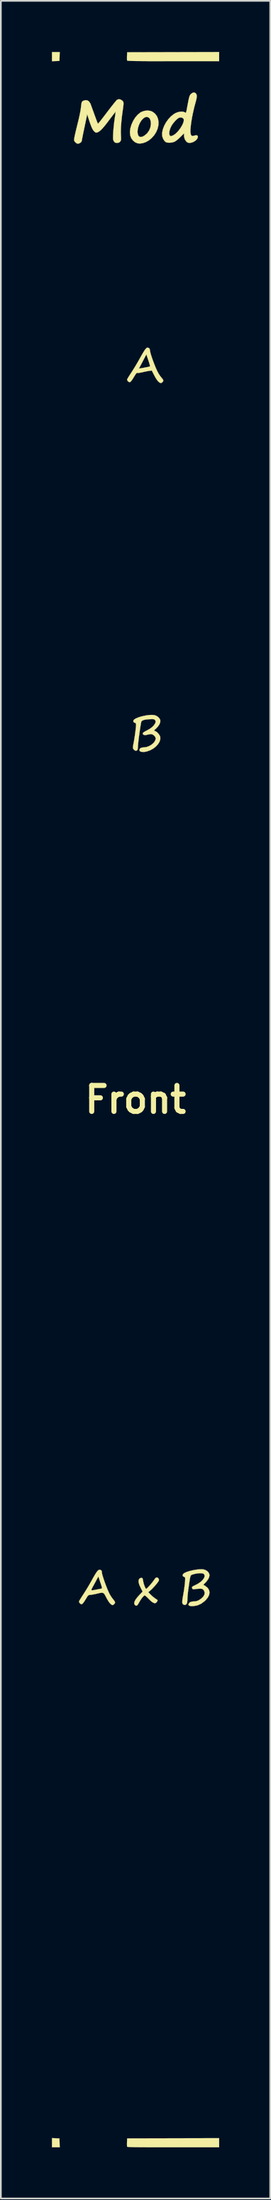
<source format=kicad_pcb>
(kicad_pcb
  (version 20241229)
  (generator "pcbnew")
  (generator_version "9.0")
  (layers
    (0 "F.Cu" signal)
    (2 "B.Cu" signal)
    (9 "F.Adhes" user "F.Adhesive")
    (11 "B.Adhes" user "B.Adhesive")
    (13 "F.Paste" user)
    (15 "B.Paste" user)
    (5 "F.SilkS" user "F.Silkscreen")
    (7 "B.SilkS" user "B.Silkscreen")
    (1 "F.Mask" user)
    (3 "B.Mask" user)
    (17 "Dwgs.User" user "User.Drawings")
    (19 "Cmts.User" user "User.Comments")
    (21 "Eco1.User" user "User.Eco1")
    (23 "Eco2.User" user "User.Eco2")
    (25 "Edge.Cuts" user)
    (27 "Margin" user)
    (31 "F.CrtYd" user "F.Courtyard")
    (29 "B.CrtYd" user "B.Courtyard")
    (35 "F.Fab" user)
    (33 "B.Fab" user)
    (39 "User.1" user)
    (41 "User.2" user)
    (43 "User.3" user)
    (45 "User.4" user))
  (footprint "Front"
    (layer "F.Cu")
    (at 4.916 61.53)
    (property "Reference" "Front" (at 0 0 0) (layer "F.SilkS") (effects (font (size 1.524 1.524) (thickness 0.3))))
    (attr through_hole)
    (fp_poly (pts (xy -4.473 61.002) (xy -4.465 61.263) (xy -4.457 61.524) (xy -4.911 61.524) (xy -4.911 60.986) (xy -4.473 61.002)) (stroke (width 0.01) (type solid)) (fill yes) (layer "F.SilkS"))
    (fp_poly (pts (xy -4.465 -61.263) (xy -4.473 -61.002) (xy -4.911 -60.986) (xy -4.911 -61.524) (xy -4.457 -61.524) (xy -4.465 -61.263)) (stroke (width 0.01) (type solid)) (fill yes) (layer "F.SilkS"))
    (fp_poly (pts (xy 4.911 -60.988) (xy 2.215 -60.988) (xy 1.753 -60.988) (xy 1.345 -60.989) (xy 0.987 -60.989) (xy 0.677 -60.99) (xy 0.411 -60.992) (xy 0.186 -60.994) (xy -0.001 -60.996) (xy -0.153 -60.999) (xy -0.272 -61.002) (xy -0.363 -61.006) (xy -0.427 -61.01) (xy -0.469 -61.016) (xy -0.491 -61.022) (xy -0.496 -61.026) (xy -0.502 -61.071) (xy -0.504 -61.155) (xy -0.503 -61.263) (xy -0.502 -61.287) (xy -0.494 -61.51) (xy 4.911 -61.525) (xy 4.911 -60.988)) (stroke (width 0.01) (type solid)) (fill yes) (layer "F.SilkS"))
    (fp_poly (pts (xy 4.911 61.524) (xy 2.215 61.524) (xy 1.753 61.524) (xy 1.345 61.524) (xy 0.987 61.523) (xy 0.677 61.522) (xy 0.411 61.521) (xy 0.186 61.519) (xy -0.001 61.517) (xy -0.153 61.514) (xy -0.272 61.511) (xy -0.363 61.507) (xy -0.427 61.502) (xy -0.469 61.497) (xy -0.491 61.491) (xy -0.496 61.487) (xy -0.502 61.442) (xy -0.504 61.357) (xy -0.503 61.249) (xy -0.502 61.226) (xy -0.494 61.002) (xy 2.208 60.995) (xy 4.911 60.988) (xy 4.911 61.524)) (stroke (width 0.01) (type solid)) (fill yes) (layer "F.SilkS"))
    (fp_poly (pts (xy 0.878 -58.067) (xy 0.992 -58.021) (xy 1.143 -57.908) (xy 1.253 -57.765) (xy 1.322 -57.597) (xy 1.352 -57.412) (xy 1.342 -57.216) (xy 1.295 -57.017) (xy 1.211 -56.819) (xy 1.09 -56.631) (xy 0.934 -56.459) (xy 0.769 -56.327) (xy 0.608 -56.237) (xy 0.435 -56.176) (xy 0.268 -56.15) (xy 0.127 -56.161) (xy -0.027 -56.225) (xy -0.158 -56.334) (xy -0.258 -56.478) (xy -0.314 -56.633) (xy -0.331 -56.827) (xy -0.325 -56.879) (xy 0.117 -56.879) (xy 0.119 -56.784) (xy 0.148 -56.651) (xy 0.204 -56.567) (xy 0.286 -56.533) (xy 0.392 -56.549) (xy 0.51 -56.609) (xy 0.673 -56.744) (xy 0.797 -56.914) (xy 0.875 -57.108) (xy 0.902 -57.314) (xy 0.887 -57.481) (xy 0.842 -57.605) (xy 0.767 -57.683) (xy 0.665 -57.714) (xy 0.65 -57.714) (xy 0.546 -57.688) (xy 0.442 -57.615) (xy 0.344 -57.504) (xy 0.257 -57.366) (xy 0.187 -57.209) (xy 0.138 -57.044) (xy 0.117 -56.879) (xy -0.325 -56.879) (xy -0.306 -57.038) (xy -0.243 -57.256) (xy -0.148 -57.469) (xy -0.027 -57.666) (xy 0.115 -57.835) (xy 0.272 -57.966) (xy 0.351 -58.011) (xy 0.525 -58.071) (xy 0.706 -58.09) (xy 0.878 -58.067)) (stroke (width 0.01) (type solid)) (fill yes) (layer "F.SilkS"))
    (fp_poly (pts (xy 1.334 28.103) (xy 1.34 28.108) (xy 1.376 28.184) (xy 1.372 28.235) (xy 1.343 28.291) (xy 1.283 28.376) (xy 1.201 28.478) (xy 1.106 28.588) (xy 1.007 28.694) (xy 0.913 28.786) (xy 0.868 28.825) (xy 0.748 28.925) (xy 0.889 29.069) (xy 0.984 29.158) (xy 1.089 29.245) (xy 1.164 29.299) (xy 1.237 29.347) (xy 1.286 29.383) (xy 1.298 29.395) (xy 1.278 29.456) (xy 1.232 29.52) (xy 1.18 29.562) (xy 1.169 29.566) (xy 1.099 29.566) (xy 1.017 29.531) (xy 0.917 29.457) (xy 0.795 29.34) (xy 0.754 29.297) (xy 0.663 29.206) (xy 0.589 29.143) (xy 0.54 29.113) (xy 0.528 29.113) (xy 0.476 29.151) (xy 0.407 29.227) (xy 0.331 29.329) (xy 0.256 29.443) (xy 0.2 29.543) (xy 0.136 29.652) (xy 0.079 29.709) (xy 0.023 29.716) (xy -0.037 29.677) (xy -0.04 29.674) (xy -0.079 29.598) (xy -0.068 29.499) (xy -0.008 29.374) (xy 0.102 29.225) (xy 0.223 29.09) (xy 0.415 28.888) (xy 0.305 28.675) (xy 0.221 28.492) (xy 0.18 28.343) (xy 0.179 28.226) (xy 0.209 28.152) (xy 0.263 28.103) (xy 0.33 28.08) (xy 0.388 28.09) (xy 0.409 28.109) (xy 0.423 28.15) (xy 0.44 28.228) (xy 0.452 28.299) (xy 0.473 28.396) (xy 0.505 28.501) (xy 0.543 28.6) (xy 0.58 28.68) (xy 0.611 28.725) (xy 0.621 28.73) (xy 0.654 28.71) (xy 0.713 28.655) (xy 0.789 28.575) (xy 0.873 28.481) (xy 0.955 28.383) (xy 1.028 28.29) (xy 1.081 28.215) (xy 1.155 28.113) (xy 1.218 28.062) (xy 1.275 28.059) (xy 1.334 28.103)) (stroke (width 0.01) (type solid)) (fill yes) (layer "F.SilkS"))
    (fp_poly (pts (xy 0.728 -44.16) (xy 0.751 -44.153) (xy 0.799 -44.13) (xy 0.827 -44.093) (xy 0.844 -44.025) (xy 0.851 -43.97) (xy 0.871 -43.874) (xy 0.909 -43.739) (xy 0.962 -43.575) (xy 1.026 -43.394) (xy 1.096 -43.207) (xy 1.169 -43.025) (xy 1.24 -42.861) (xy 1.272 -42.792) (xy 1.34 -42.665) (xy 1.42 -42.538) (xy 1.495 -42.435) (xy 1.511 -42.417) (xy 1.588 -42.324) (xy 1.626 -42.257) (xy 1.628 -42.204) (xy 1.597 -42.154) (xy 1.58 -42.136) (xy 1.52 -42.091) (xy 1.462 -42.087) (xy 1.391 -42.126) (xy 1.344 -42.165) (xy 1.286 -42.231) (xy 1.215 -42.334) (xy 1.139 -42.462) (xy 1.1 -42.535) (xy 0.954 -42.82) (xy 0.808 -42.801) (xy 0.71 -42.785) (xy 0.582 -42.76) (xy 0.449 -42.73) (xy 0.427 -42.725) (xy 0.311 -42.699) (xy 0.208 -42.683) (xy 0.136 -42.678) (xy 0.123 -42.68) (xy 0.088 -42.68) (xy 0.055 -42.662) (xy 0.015 -42.616) (xy -0.04 -42.534) (xy -0.087 -42.457) (xy -0.171 -42.321) (xy -0.234 -42.228) (xy -0.282 -42.171) (xy -0.322 -42.143) (xy -0.355 -42.136) (xy -0.413 -42.158) (xy -0.466 -42.21) (xy -0.495 -42.272) (xy -0.494 -42.304) (xy -0.473 -42.345) (xy -0.427 -42.423) (xy -0.36 -42.529) (xy -0.28 -42.652) (xy -0.24 -42.714) (xy -0.141 -42.867) (xy -0.1 -42.934) (xy 0.199 -42.934) (xy 0.516 -42.989) (xy 0.643 -43.013) (xy 0.75 -43.035) (xy 0.823 -43.053) (xy 0.85 -43.063) (xy 0.848 -43.095) (xy 0.83 -43.17) (xy 0.799 -43.276) (xy 0.758 -43.404) (xy 0.751 -43.425) (xy 0.635 -43.768) (xy 0.417 -43.351) (xy 0.199 -42.934) (xy -0.1 -42.934) (xy -0.027 -43.052) (xy 0.09 -43.249) (xy 0.199 -43.439) (xy 0.246 -43.524) (xy 0.332 -43.677) (xy 0.415 -43.82) (xy 0.489 -43.942) (xy 0.549 -44.034) (xy 0.582 -44.078) (xy 0.639 -44.14) (xy 0.681 -44.164) (xy 0.728 -44.16)) (stroke (width 0.01) (type solid)) (fill yes) (layer "F.SilkS"))
    (fp_poly (pts (xy -2.052 27.62) (xy -2.035 27.628) (xy -1.993 27.668) (xy -1.979 27.737) (xy -1.979 27.764) (xy -1.97 27.829) (xy -1.943 27.936) (xy -1.9 28.075) (xy -1.847 28.235) (xy -1.786 28.407) (xy -1.721 28.58) (xy -1.655 28.745) (xy -1.593 28.891) (xy -1.537 29.008) (xy -1.532 29.019) (xy -1.466 29.134) (xy -1.391 29.248) (xy -1.328 29.33) (xy -1.25 29.426) (xy -1.21 29.495) (xy -1.206 29.548) (xy -1.234 29.598) (xy -1.255 29.621) (xy -1.312 29.671) (xy -1.358 29.684) (xy -1.411 29.66) (xy -1.479 29.604) (xy -1.536 29.539) (xy -1.607 29.436) (xy -1.682 29.309) (xy -1.721 29.237) (xy -1.784 29.116) (xy -1.835 29.032) (xy -1.886 28.98) (xy -1.947 28.958) (xy -2.031 28.96) (xy -2.148 28.982) (xy -2.3 29.018) (xy -2.428 29.046) (xy -2.549 29.068) (xy -2.643 29.081) (xy -2.667 29.083) (xy -2.722 29.088) (xy -2.764 29.103) (xy -2.802 29.138) (xy -2.848 29.203) (xy -2.909 29.304) (xy -2.999 29.448) (xy -3.068 29.546) (xy -3.121 29.606) (xy -3.164 29.631) (xy -3.179 29.633) (xy -3.234 29.611) (xy -3.287 29.559) (xy -3.32 29.499) (xy -3.322 29.465) (xy -3.303 29.425) (xy -3.257 29.347) (xy -3.192 29.242) (xy -3.112 29.118) (xy -3.068 29.051) (xy -2.961 28.884) (xy -2.89 28.769) (xy -2.593 28.769) (xy -2.59 28.803) (xy -2.551 28.814) (xy -2.469 28.804) (xy -2.339 28.78) (xy -2.296 28.771) (xy -2.183 28.749) (xy -2.085 28.73) (xy -2.02 28.716) (xy -2.013 28.715) (xy -1.989 28.708) (xy -1.976 28.694) (xy -1.974 28.663) (xy -1.987 28.607) (xy -2.014 28.517) (xy -2.057 28.384) (xy -2.068 28.351) (xy -2.185 28) (xy -2.294 28.203) (xy -2.365 28.336) (xy -2.446 28.484) (xy -2.515 28.61) (xy -2.566 28.706) (xy -2.593 28.769) (xy -2.89 28.769) (xy -2.841 28.69) (xy -2.723 28.491) (xy -2.621 28.311) (xy -2.611 28.293) (xy -2.492 28.079) (xy -2.395 27.911) (xy -2.316 27.784) (xy -2.251 27.695) (xy -2.195 27.638) (xy -2.146 27.609) (xy -2.1 27.605) (xy -2.052 27.62)) (stroke (width 0.01) (type solid)) (fill yes) (layer "F.SilkS"))
    (fp_poly (pts (xy 3.537 -59.103) (xy 3.576 -59.047) (xy 3.596 -58.979) (xy 3.597 -58.891) (xy 3.579 -58.774) (xy 3.54 -58.616) (xy 3.517 -58.532) (xy 3.45 -58.283) (xy 3.39 -58.024) (xy 3.336 -57.766) (xy 3.291 -57.516) (xy 3.257 -57.284) (xy 3.234 -57.079) (xy 3.224 -56.909) (xy 3.228 -56.783) (xy 3.23 -56.77) (xy 3.255 -56.664) (xy 3.298 -56.608) (xy 3.365 -56.595) (xy 3.439 -56.613) (xy 3.553 -56.638) (xy 3.627 -56.625) (xy 3.662 -56.573) (xy 3.664 -56.562) (xy 3.65 -56.476) (xy 3.592 -56.387) (xy 3.502 -56.305) (xy 3.391 -56.24) (xy 3.27 -56.199) (xy 3.189 -56.19) (xy 3.094 -56.198) (xy 3.028 -56.229) (xy 2.985 -56.268) (xy 2.898 -56.39) (xy 2.856 -56.532) (xy 2.85 -56.626) (xy 2.85 -56.748) (xy 2.632 -56.531) (xy 2.529 -56.435) (xy 2.428 -56.349) (xy 2.342 -56.286) (xy 2.3 -56.261) (xy 2.181 -56.221) (xy 2.048 -56.2) (xy 1.918 -56.199) (xy 1.812 -56.219) (xy 1.773 -56.237) (xy 1.688 -56.318) (xy 1.617 -56.436) (xy 1.571 -56.571) (xy 1.565 -56.602) (xy 1.562 -56.752) (xy 1.979 -56.752) (xy 1.992 -56.659) (xy 2.03 -56.601) (xy 2.079 -56.586) (xy 2.128 -56.598) (xy 2.201 -56.628) (xy 2.224 -56.64) (xy 2.335 -56.714) (xy 2.448 -56.82) (xy 2.557 -56.947) (xy 2.657 -57.086) (xy 2.74 -57.228) (xy 2.801 -57.362) (xy 2.834 -57.48) (xy 2.833 -57.572) (xy 2.826 -57.59) (xy 2.769 -57.653) (xy 2.678 -57.681) (xy 2.575 -57.673) (xy 2.503 -57.636) (xy 2.413 -57.562) (xy 2.314 -57.462) (xy 2.218 -57.348) (xy 2.134 -57.23) (xy 2.088 -57.149) (xy 2.027 -57.005) (xy 1.991 -56.87) (xy 1.979 -56.752) (xy 1.562 -56.752) (xy 1.562 -56.782) (xy 1.602 -56.979) (xy 1.679 -57.184) (xy 1.788 -57.387) (xy 1.923 -57.577) (xy 2.077 -57.744) (xy 2.246 -57.879) (xy 2.348 -57.939) (xy 2.494 -57.995) (xy 2.641 -58.024) (xy 2.774 -58.024) (xy 2.88 -57.994) (xy 2.899 -57.982) (xy 2.924 -57.965) (xy 2.943 -57.956) (xy 2.958 -57.964) (xy 2.973 -57.995) (xy 2.989 -58.055) (xy 3.009 -58.152) (xy 3.036 -58.293) (xy 3.062 -58.434) (xy 3.098 -58.626) (xy 3.128 -58.77) (xy 3.154 -58.876) (xy 3.18 -58.952) (xy 3.208 -59.006) (xy 3.241 -59.048) (xy 3.278 -59.082) (xy 3.375 -59.141) (xy 3.464 -59.148) (xy 3.537 -59.103)) (stroke (width 0.01) (type solid)) (fill yes) (layer "F.SilkS"))
    (fp_poly (pts (xy 3.987 27.585) (xy 4.119 27.626) (xy 4.23 27.701) (xy 4.309 27.798) (xy 4.345 27.908) (xy 4.346 27.93) (xy 4.322 28.051) (xy 4.253 28.185) (xy 4.147 28.323) (xy 4.083 28.389) (xy 3.982 28.485) (xy 4.108 28.565) (xy 4.241 28.675) (xy 4.321 28.801) (xy 4.348 28.939) (xy 4.323 29.087) (xy 4.246 29.24) (xy 4.117 29.395) (xy 4.051 29.457) (xy 3.854 29.602) (xy 3.651 29.694) (xy 3.432 29.737) (xy 3.406 29.739) (xy 3.284 29.742) (xy 3.203 29.734) (xy 3.151 29.711) (xy 3.147 29.708) (xy 3.11 29.673) (xy 3.109 29.636) (xy 3.133 29.587) (xy 3.181 29.527) (xy 3.252 29.49) (xy 3.359 29.471) (xy 3.452 29.467) (xy 3.581 29.45) (xy 3.705 29.402) (xy 3.84 29.314) (xy 3.874 29.288) (xy 3.986 29.176) (xy 4.049 29.059) (xy 4.062 28.942) (xy 4.023 28.832) (xy 3.996 28.795) (xy 3.948 28.748) (xy 3.895 28.725) (xy 3.815 28.719) (xy 3.777 28.719) (xy 3.658 28.725) (xy 3.536 28.738) (xy 3.495 28.744) (xy 3.413 28.754) (xy 3.367 28.747) (xy 3.339 28.718) (xy 3.332 28.705) (xy 3.313 28.659) (xy 3.32 28.621) (xy 3.359 28.585) (xy 3.438 28.542) (xy 3.52 28.504) (xy 3.685 28.416) (xy 3.825 28.318) (xy 3.936 28.214) (xy 4.015 28.11) (xy 4.056 28.012) (xy 4.057 27.926) (xy 4.014 27.857) (xy 3.979 27.833) (xy 3.9 27.813) (xy 3.784 27.809) (xy 3.645 27.819) (xy 3.501 27.844) (xy 3.381 27.877) (xy 3.332 27.892) (xy 3.293 27.907) (xy 3.264 27.926) (xy 3.24 27.959) (xy 3.221 28.01) (xy 3.202 28.088) (xy 3.183 28.199) (xy 3.16 28.35) (xy 3.131 28.547) (xy 3.121 28.619) (xy 3.096 28.797) (xy 3.075 28.973) (xy 3.059 29.13) (xy 3.05 29.256) (xy 3.048 29.316) (xy 3.044 29.428) (xy 3.032 29.526) (xy 3.016 29.587) (xy 2.962 29.654) (xy 2.891 29.677) (xy 2.819 29.658) (xy 2.764 29.599) (xy 2.748 29.557) (xy 2.744 29.497) (xy 2.751 29.398) (xy 2.767 29.279) (xy 2.776 29.226) (xy 2.82 28.978) (xy 2.857 28.74) (xy 2.886 28.523) (xy 2.906 28.34) (xy 2.914 28.221) (xy 2.916 28.124) (xy 2.911 28.068) (xy 2.892 28.041) (xy 2.856 28.027) (xy 2.85 28.025) (xy 2.787 27.989) (xy 2.767 27.931) (xy 2.79 27.865) (xy 2.856 27.805) (xy 2.983 27.744) (xy 3.151 27.688) (xy 3.343 27.641) (xy 3.543 27.604) (xy 3.734 27.582) (xy 3.902 27.577) (xy 3.987 27.585)) (stroke (width 0.01) (type solid)) (fill yes) (layer "F.SilkS"))
    (fp_poly (pts (xy 1.09 -22.586) (xy 1.133 -22.577) (xy 1.255 -22.525) (xy 1.359 -22.442) (xy 1.432 -22.344) (xy 1.456 -22.277) (xy 1.451 -22.163) (xy 1.399 -22.035) (xy 1.305 -21.9) (xy 1.216 -21.806) (xy 1.079 -21.679) (xy 1.16 -21.645) (xy 1.251 -21.588) (xy 1.341 -21.499) (xy 1.413 -21.398) (xy 1.453 -21.304) (xy 1.454 -21.3) (xy 1.454 -21.157) (xy 1.404 -21.01) (xy 1.313 -20.867) (xy 1.188 -20.732) (xy 1.034 -20.614) (xy 0.859 -20.518) (xy 0.669 -20.451) (xy 0.536 -20.425) (xy 0.434 -20.421) (xy 0.338 -20.431) (xy 0.318 -20.436) (xy 0.25 -20.467) (xy 0.227 -20.513) (xy 0.226 -20.528) (xy 0.249 -20.61) (xy 0.321 -20.663) (xy 0.44 -20.686) (xy 0.482 -20.688) (xy 0.639 -20.708) (xy 0.794 -20.763) (xy 0.935 -20.845) (xy 1.054 -20.947) (xy 1.139 -21.061) (xy 1.182 -21.179) (xy 1.185 -21.218) (xy 1.161 -21.294) (xy 1.101 -21.372) (xy 1.02 -21.435) (xy 0.945 -21.465) (xy 0.839 -21.466) (xy 0.713 -21.437) (xy 0.711 -21.437) (xy 0.593 -21.411) (xy 0.5 -21.417) (xy 0.441 -21.452) (xy 0.423 -21.504) (xy 0.439 -21.543) (xy 0.489 -21.586) (xy 0.583 -21.641) (xy 0.628 -21.664) (xy 0.802 -21.758) (xy 0.933 -21.847) (xy 1.035 -21.938) (xy 1.106 -22.025) (xy 1.168 -22.134) (xy 1.181 -22.222) (xy 1.144 -22.295) (xy 1.13 -22.309) (xy 1.094 -22.333) (xy 1.046 -22.346) (xy 0.972 -22.35) (xy 0.859 -22.346) (xy 0.826 -22.344) (xy 0.634 -22.327) (xy 0.494 -22.301) (xy 0.399 -22.264) (xy 0.348 -22.216) (xy 0.34 -22.2) (xy 0.326 -22.146) (xy 0.307 -22.045) (xy 0.285 -21.908) (xy 0.26 -21.746) (xy 0.234 -21.568) (xy 0.209 -21.385) (xy 0.186 -21.207) (xy 0.167 -21.044) (xy 0.152 -20.906) (xy 0.143 -20.803) (xy 0.141 -20.76) (xy 0.136 -20.661) (xy 0.123 -20.578) (xy 0.112 -20.544) (xy 0.062 -20.497) (xy -0.005 -20.493) (xy -0.073 -20.527) (xy -0.131 -20.595) (xy -0.15 -20.638) (xy -0.154 -20.69) (xy -0.145 -20.777) (xy -0.127 -20.884) (xy -0.125 -20.892) (xy -0.098 -21.03) (xy -0.07 -21.195) (xy -0.042 -21.375) (xy -0.017 -21.555) (xy 0.004 -21.723) (xy 0.02 -21.866) (xy 0.027 -21.97) (xy 0.028 -21.992) (xy 0.025 -22.075) (xy 0.01 -22.115) (xy -0.02 -22.126) (xy -0.025 -22.126) (xy -0.093 -22.15) (xy -0.129 -22.208) (xy -0.127 -22.267) (xy -0.083 -22.324) (xy 0.008 -22.382) (xy 0.135 -22.438) (xy 0.288 -22.489) (xy 0.457 -22.532) (xy 0.631 -22.567) (xy 0.802 -22.589) (xy 0.958 -22.596) (xy 1.09 -22.586)) (stroke (width 0.01) (type solid)) (fill yes) (layer "F.SilkS"))
    (fp_poly (pts (xy -0.888 -58.739) (xy -0.8 -58.687) (xy -0.755 -58.648) (xy -0.725 -58.606) (xy -0.71 -58.551) (xy -0.707 -58.473) (xy -0.717 -58.362) (xy -0.737 -58.208) (xy -0.747 -58.145) (xy -0.799 -57.762) (xy -0.836 -57.411) (xy -0.859 -57.098) (xy -0.866 -56.828) (xy -0.861 -56.67) (xy -0.854 -56.528) (xy -0.852 -56.431) (xy -0.856 -56.366) (xy -0.868 -56.322) (xy -0.89 -56.285) (xy -0.903 -56.267) (xy -0.955 -56.216) (xy -1.019 -56.194) (xy -1.089 -56.19) (xy -1.173 -56.196) (xy -1.224 -56.22) (xy -1.268 -56.275) (xy -1.273 -56.282) (xy -1.296 -56.323) (xy -1.312 -56.367) (xy -1.32 -56.424) (xy -1.322 -56.506) (xy -1.319 -56.624) (xy -1.314 -56.755) (xy -1.303 -56.931) (xy -1.284 -57.138) (xy -1.261 -57.352) (xy -1.235 -57.549) (xy -1.232 -57.573) (xy -1.21 -57.723) (xy -1.191 -57.852) (xy -1.178 -57.95) (xy -1.172 -58.008) (xy -1.172 -58.019) (xy -1.19 -58) (xy -1.236 -57.942) (xy -1.306 -57.851) (xy -1.395 -57.735) (xy -1.498 -57.599) (xy -1.536 -57.548) (xy -1.694 -57.34) (xy -1.827 -57.173) (xy -1.937 -57.044) (xy -2.031 -56.947) (xy -2.113 -56.878) (xy -2.187 -56.831) (xy -2.224 -56.813) (xy -2.293 -56.791) (xy -2.343 -56.798) (xy -2.394 -56.831) (xy -2.459 -56.893) (xy -2.521 -56.984) (xy -2.584 -57.112) (xy -2.65 -57.281) (xy -2.724 -57.499) (xy -2.725 -57.502) (xy -2.843 -57.87) (xy -2.877 -57.7) (xy -2.895 -57.617) (xy -2.921 -57.491) (xy -2.954 -57.335) (xy -2.99 -57.163) (xy -3.02 -57.023) (xy -3.056 -56.85) (xy -3.09 -56.687) (xy -3.118 -56.545) (xy -3.139 -56.435) (xy -3.148 -56.378) (xy -3.168 -56.286) (xy -3.203 -56.228) (xy -3.256 -56.188) (xy -3.351 -56.143) (xy -3.428 -56.144) (xy -3.505 -56.193) (xy -3.534 -56.22) (xy -3.584 -56.276) (xy -3.607 -56.325) (xy -3.609 -56.392) (xy -3.602 -56.455) (xy -3.591 -56.524) (xy -3.567 -56.638) (xy -3.533 -56.788) (xy -3.492 -56.962) (xy -3.445 -57.153) (xy -3.416 -57.269) (xy -3.366 -57.473) (xy -3.318 -57.678) (xy -3.277 -57.869) (xy -3.244 -58.037) (xy -3.222 -58.167) (xy -3.216 -58.212) (xy -3.198 -58.369) (xy -3.183 -58.48) (xy -3.168 -58.553) (xy -3.15 -58.6) (xy -3.126 -58.629) (xy -3.093 -58.651) (xy -3.077 -58.659) (xy -2.95 -58.699) (xy -2.833 -58.686) (xy -2.734 -58.621) (xy -2.658 -58.508) (xy -2.641 -58.469) (xy -2.618 -58.404) (xy -2.579 -58.297) (xy -2.529 -58.159) (xy -2.471 -58.001) (xy -2.415 -57.845) (xy -2.357 -57.687) (xy -2.305 -57.547) (xy -2.263 -57.435) (xy -2.232 -57.359) (xy -2.218 -57.326) (xy -2.218 -57.326) (xy -2.21 -57.323) (xy -2.197 -57.329) (xy -2.175 -57.349) (xy -2.141 -57.386) (xy -2.092 -57.446) (xy -2.024 -57.533) (xy -1.933 -57.65) (xy -1.816 -57.803) (xy -1.67 -57.995) (xy -1.621 -58.06) (xy -1.495 -58.224) (xy -1.377 -58.374) (xy -1.273 -58.505) (xy -1.188 -58.61) (xy -1.126 -58.682) (xy -1.093 -58.716) (xy -1.093 -58.716) (xy -0.994 -58.755) (xy -0.888 -58.739)) (stroke (width 0.01) (type solid)) (fill yes) (layer "F.SilkS")))
  (gr_rect
    (start -3 -3)
    (end 12.831 126.059)
    (stroke (width 0.1) (type default))
    (fill no)
    (layer "Edge.Cuts")))
</source>
